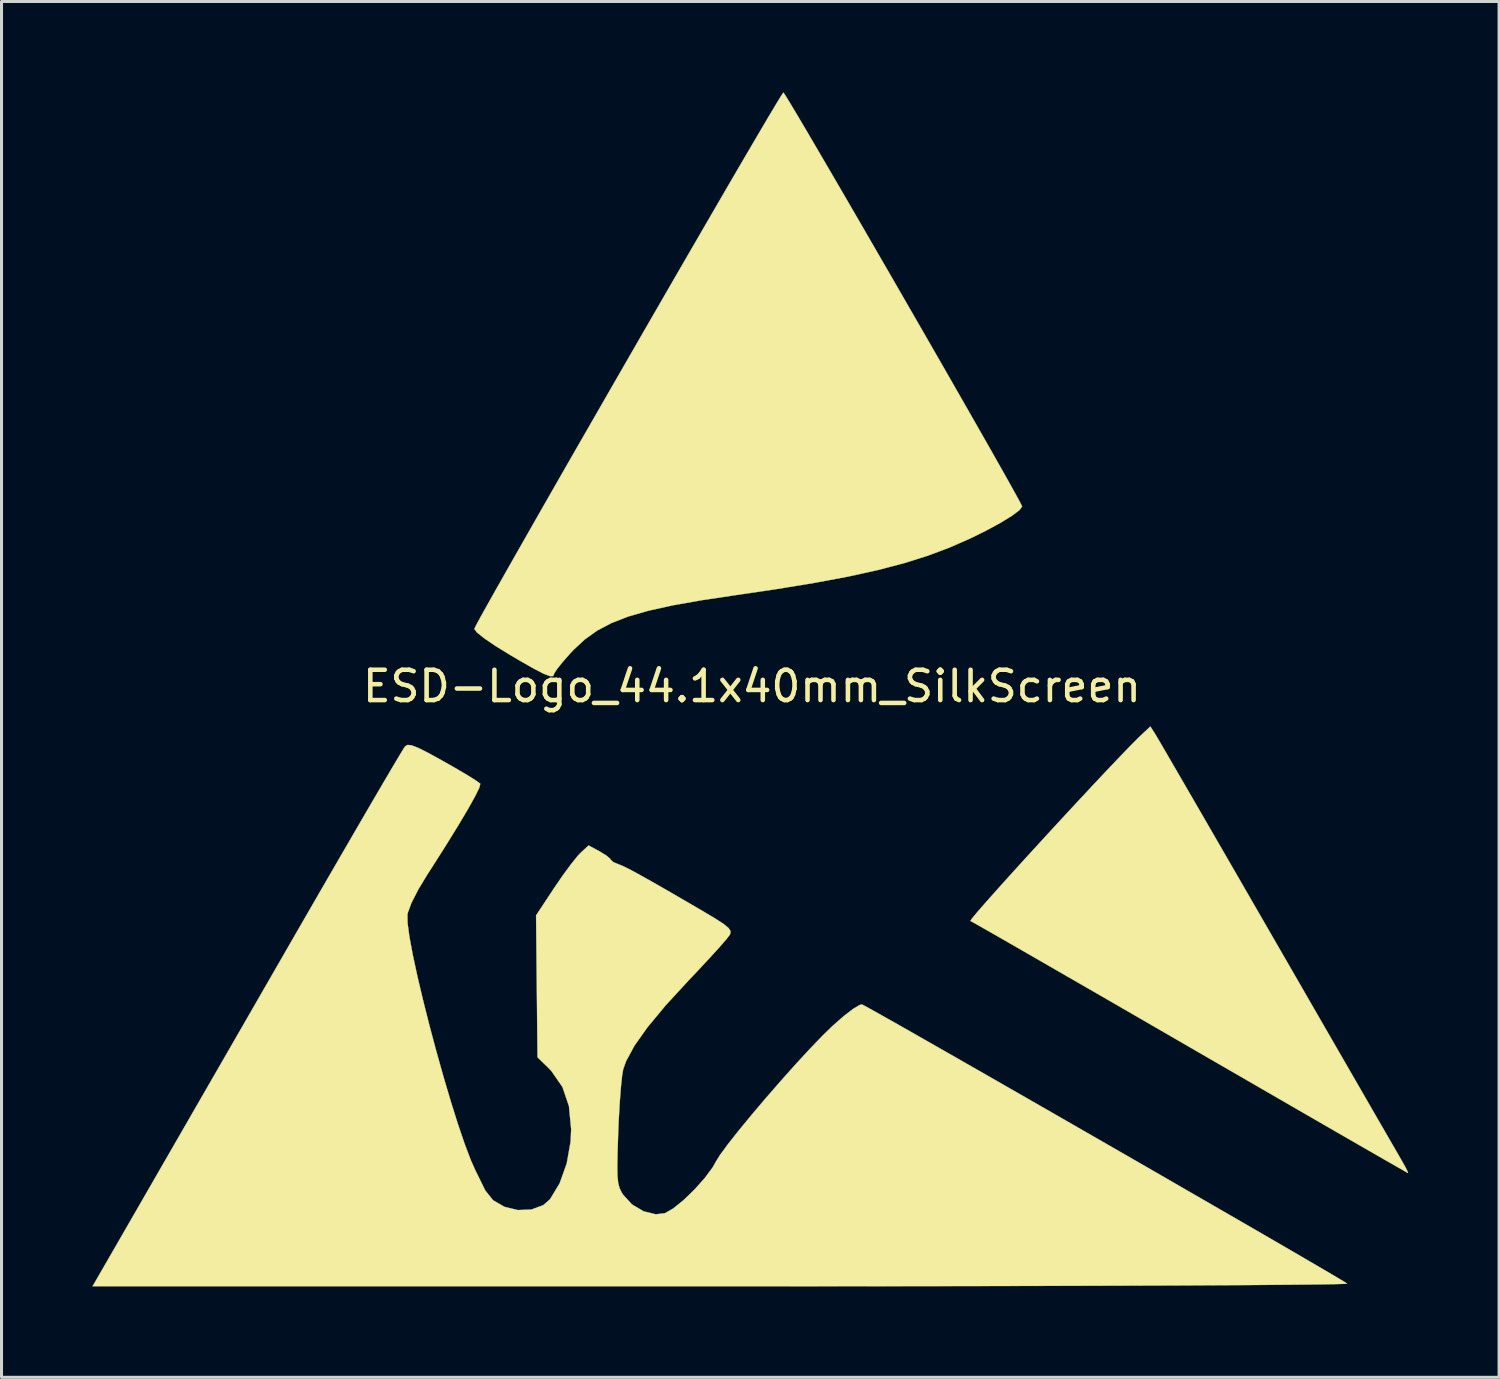
<source format=kicad_pcb>
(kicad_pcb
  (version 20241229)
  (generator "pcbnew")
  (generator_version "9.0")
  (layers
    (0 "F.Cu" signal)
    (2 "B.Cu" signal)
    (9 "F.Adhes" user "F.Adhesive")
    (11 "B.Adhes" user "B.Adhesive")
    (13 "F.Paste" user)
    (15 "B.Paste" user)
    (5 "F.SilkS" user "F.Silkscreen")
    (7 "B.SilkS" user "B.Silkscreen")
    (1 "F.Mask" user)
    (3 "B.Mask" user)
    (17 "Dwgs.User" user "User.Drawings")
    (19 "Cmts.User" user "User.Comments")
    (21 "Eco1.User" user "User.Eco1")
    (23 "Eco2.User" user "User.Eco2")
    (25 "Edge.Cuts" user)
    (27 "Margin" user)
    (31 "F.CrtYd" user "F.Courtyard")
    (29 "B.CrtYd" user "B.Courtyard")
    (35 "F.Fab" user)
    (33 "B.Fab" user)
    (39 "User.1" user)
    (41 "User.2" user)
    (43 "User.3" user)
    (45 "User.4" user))
  (footprint "ESD-Logo_44.1x40mm_SilkScreen"
    (layer "F.Cu")
    (at 21.767 19.599)
    (property "Reference" "ESD-Logo_44.1x40mm_SilkScreen" (at 0 0 0) (layer "F.SilkS") (effects (font (size 1 1) (thickness 0.15))))
    (attr exclude_from_pos_files exclude_from_bom)
    (fp_poly (pts (xy 13.304 1.571) (xy 13.38 1.698) (xy 13.552 1.991) (xy 13.809 2.434) (xy 14.145 3.013) (xy 14.551 3.713) (xy 15.018 4.52) (xy 15.537 5.418) (xy 16.101 6.394) (xy 16.7 7.432) (xy 17.317 8.501) (xy 17.947 9.593) (xy 18.551 10.641) (xy 19.122 11.631) (xy 19.65 12.546) (xy 20.127 13.372) (xy 20.543 14.094) (xy 20.891 14.696) (xy 21.161 15.163) (xy 21.344 15.48) (xy 21.43 15.629) (xy 21.571 15.88) (xy 21.648 16.037) (xy 21.652 16.065) (xy 21.559 16.013) (xy 21.3 15.866) (xy 20.888 15.63) (xy 20.338 15.314) (xy 19.663 14.925) (xy 18.875 14.471) (xy 17.99 13.96) (xy 17.02 13.399) (xy 15.979 12.797) (xy 14.88 12.162) (xy 14.462 11.92) (xy 13.344 11.273) (xy 12.277 10.656) (xy 11.275 10.077) (xy 10.351 9.545) (xy 9.52 9.066) (xy 8.795 8.648) (xy 8.189 8.3) (xy 7.717 8.03) (xy 7.391 7.845) (xy 7.227 7.753) (xy 7.21 7.745) (xy 7.26 7.666) (xy 7.434 7.456) (xy 7.715 7.133) (xy 8.085 6.717) (xy 8.525 6.228) (xy 9.018 5.685) (xy 9.547 5.107) (xy 10.093 4.513) (xy 10.638 3.924) (xy 11.166 3.358) (xy 11.657 2.834) (xy 12.095 2.373) (xy 12.461 1.993) (xy 12.738 1.714) (xy 12.833 1.622) (xy 13.148 1.327) (xy 13.304 1.571)) (stroke (width 0.01) (type solid)) (fill yes) (layer "F.SilkS"))
    (fp_poly (pts (xy 1.098 -19.507) (xy 1.252 -19.257) (xy 1.49 -18.86) (xy 1.801 -18.334) (xy 2.175 -17.695) (xy 2.604 -16.961) (xy 3.078 -16.147) (xy 3.586 -15.272) (xy 4.119 -14.352) (xy 4.667 -13.404) (xy 5.22 -12.444) (xy 5.77 -11.49) (xy 6.305 -10.559) (xy 6.816 -9.667) (xy 7.294 -8.831) (xy 7.729 -8.068) (xy 8.111 -7.395) (xy 8.43 -6.829) (xy 8.676 -6.387) (xy 8.841 -6.086) (xy 8.913 -5.942) (xy 8.916 -5.933) (xy 8.826 -5.811) (xy 8.576 -5.624) (xy 8.195 -5.39) (xy 7.713 -5.129) (xy 7.209 -4.881) (xy 6.524 -4.58) (xy 5.802 -4.309) (xy 5.021 -4.063) (xy 4.154 -3.836) (xy 3.178 -3.621) (xy 2.067 -3.413) (xy 0.796 -3.205) (xy -0.519 -3.011) (xy -1.661 -2.84) (xy -2.62 -2.67) (xy -3.421 -2.493) (xy -4.086 -2.301) (xy -4.64 -2.085) (xy -5.108 -1.838) (xy -5.512 -1.55) (xy -5.878 -1.212) (xy -5.996 -1.087) (xy -6.252 -0.796) (xy -6.441 -0.558) (xy -6.529 -0.418) (xy -6.531 -0.406) (xy -6.562 -0.336) (xy -6.669 -0.335) (xy -6.873 -0.413) (xy -7.196 -0.58) (xy -7.66 -0.844) (xy -7.983 -1.034) (xy -8.464 -1.33) (xy -8.838 -1.585) (xy -9.079 -1.778) (xy -9.163 -1.892) (xy -9.163 -1.893) (xy -9.111 -2.001) (xy -8.964 -2.273) (xy -8.73 -2.694) (xy -8.418 -3.248) (xy -8.037 -3.921) (xy -7.595 -4.699) (xy -7.101 -5.565) (xy -6.563 -6.507) (xy -5.99 -7.507) (xy -5.389 -8.553) (xy -4.771 -9.628) (xy -4.143 -10.719) (xy -3.514 -11.81) (xy -2.893 -12.886) (xy -2.287 -13.934) (xy -1.706 -14.936) (xy -1.158 -15.881) (xy -0.652 -16.751) (xy -0.196 -17.532) (xy 0.202 -18.21) (xy 0.532 -18.77) (xy 0.787 -19.197) (xy 0.957 -19.476) (xy 1.034 -19.592) (xy 1.037 -19.594) (xy 1.098 -19.507)) (stroke (width 0.01) (type solid)) (fill yes) (layer "F.SilkS"))
    (fp_poly (pts (xy -11.232 1.949) (xy -11.014 2.033) (xy -10.682 2.2) (xy -10.206 2.463) (xy -10.169 2.483) (xy -9.73 2.734) (xy -9.359 2.954) (xy -9.094 3.121) (xy -8.97 3.212) (xy -8.966 3.216) (xy -8.996 3.343) (xy -9.134 3.625) (xy -9.37 4.049) (xy -9.696 4.597) (xy -10.103 5.256) (xy -10.581 6.008) (xy -10.701 6.193) (xy -11.011 6.705) (xy -11.237 7.146) (xy -11.358 7.476) (xy -11.371 7.541) (xy -11.365 7.827) (xy -11.303 8.282) (xy -11.192 8.875) (xy -11.04 9.578) (xy -10.855 10.361) (xy -10.644 11.196) (xy -10.415 12.053) (xy -10.176 12.903) (xy -9.935 13.717) (xy -9.699 14.466) (xy -9.476 15.12) (xy -9.274 15.651) (xy -9.133 15.966) (xy -8.968 16.301) (xy -8.811 16.622) (xy -8.802 16.64) (xy -8.543 16.964) (xy -8.165 17.182) (xy -7.725 17.287) (xy -7.28 17.27) (xy -6.887 17.124) (xy -6.665 16.931) (xy -6.347 16.404) (xy -6.113 15.747) (xy -5.985 15.026) (xy -5.967 14.618) (xy -6.04 13.856) (xy -6.255 13.225) (xy -6.622 12.694) (xy -6.737 12.576) (xy -7.078 12.245) (xy -7.101 9.903) (xy -7.125 7.561) (xy -6.528 6.657) (xy -6.248 6.248) (xy -5.978 5.881) (xy -5.757 5.605) (xy -5.662 5.504) (xy -5.393 5.253) (xy -5.029 5.449) (xy -4.799 5.59) (xy -4.673 5.699) (xy -4.665 5.719) (xy -4.579 5.802) (xy -4.432 5.864) (xy -4.29 5.919) (xy -4.072 6.025) (xy -3.76 6.192) (xy -3.335 6.43) (xy -2.778 6.748) (xy -2.071 7.159) (xy -1.686 7.383) (xy -1.234 7.652) (xy -0.938 7.843) (xy -0.771 7.979) (xy -0.707 8.083) (xy -0.72 8.177) (xy -0.73 8.199) (xy -0.834 8.336) (xy -1.057 8.593) (xy -1.372 8.941) (xy -1.754 9.352) (xy -2.084 9.7) (xy -2.845 10.527) (xy -3.44 11.243) (xy -3.875 11.856) (xy -4.155 12.374) (xy -4.249 12.637) (xy -4.288 12.867) (xy -4.328 13.26) (xy -4.366 13.77) (xy -4.399 14.353) (xy -4.414 14.722) (xy -4.435 15.359) (xy -4.444 15.825) (xy -4.439 16.155) (xy -4.416 16.386) (xy -4.374 16.552) (xy -4.308 16.691) (xy -4.257 16.775) (xy -3.96 17.101) (xy -3.577 17.328) (xy -3.175 17.427) (xy -2.873 17.391) (xy -2.6 17.236) (xy -2.258 16.959) (xy -1.894 16.607) (xy -1.557 16.229) (xy -1.295 15.875) (xy -1.199 15.703) (xy -1.054 15.468) (xy -0.792 15.111) (xy -0.434 14.658) (xy -0.007 14.139) (xy 0.467 13.58) (xy 0.963 13.011) (xy 1.457 12.458) (xy 1.925 11.951) (xy 2.344 11.516) (xy 2.673 11.197) (xy 3.038 10.878) (xy 3.345 10.643) (xy 3.56 10.516) (xy 3.631 10.502) (xy 3.741 10.558) (xy 4.014 10.709) (xy 4.435 10.946) (xy 4.989 11.259) (xy 5.658 11.641) (xy 6.429 12.08) (xy 7.284 12.569) (xy 8.208 13.098) (xy 9.186 13.659) (xy 10.201 14.242) (xy 11.238 14.838) (xy 12.281 15.438) (xy 13.314 16.033) (xy 14.321 16.615) (xy 15.288 17.173) (xy 16.197 17.698) (xy 17.034 18.183) (xy 17.782 18.617) (xy 18.425 18.992) (xy 18.949 19.298) (xy 19.337 19.527) (xy 19.573 19.669) (xy 19.641 19.713) (xy 19.549 19.722) (xy 19.259 19.731) (xy 18.781 19.739) (xy 18.125 19.747) (xy 17.3 19.754) (xy 16.316 19.762) (xy 15.182 19.768) (xy 13.909 19.775) (xy 12.505 19.78) (xy 10.981 19.785) (xy 9.346 19.79) (xy 7.61 19.794) (xy 5.782 19.797) (xy 3.873 19.799) (xy 1.891 19.801) (xy -0.153 19.802) (xy -1.011 19.802) (xy -21.762 19.802) (xy -20.282 17.236) (xy -19.969 16.692) (xy -19.566 15.993) (xy -19.086 15.16) (xy -18.543 14.218) (xy -17.951 13.19) (xy -17.322 12.1) (xy -16.671 10.97) (xy -16.011 9.824) (xy -15.355 8.685) (xy -15.19 8.398) (xy -14.585 7.349) (xy -14.008 6.351) (xy -13.468 5.419) (xy -12.974 4.568) (xy -12.534 3.812) (xy -12.156 3.166) (xy -11.849 2.645) (xy -11.623 2.265) (xy -11.485 2.039) (xy -11.447 1.982) (xy -11.366 1.936) (xy -11.232 1.949)) (stroke (width 0.01) (type solid)) (fill yes) (layer "F.SilkS")))
  (gr_rect
    (start -3 -3)
    (end 46.424 42.406)
    (stroke (width 0.1) (type default))
    (fill no)
    (layer "Edge.Cuts")))
</source>
